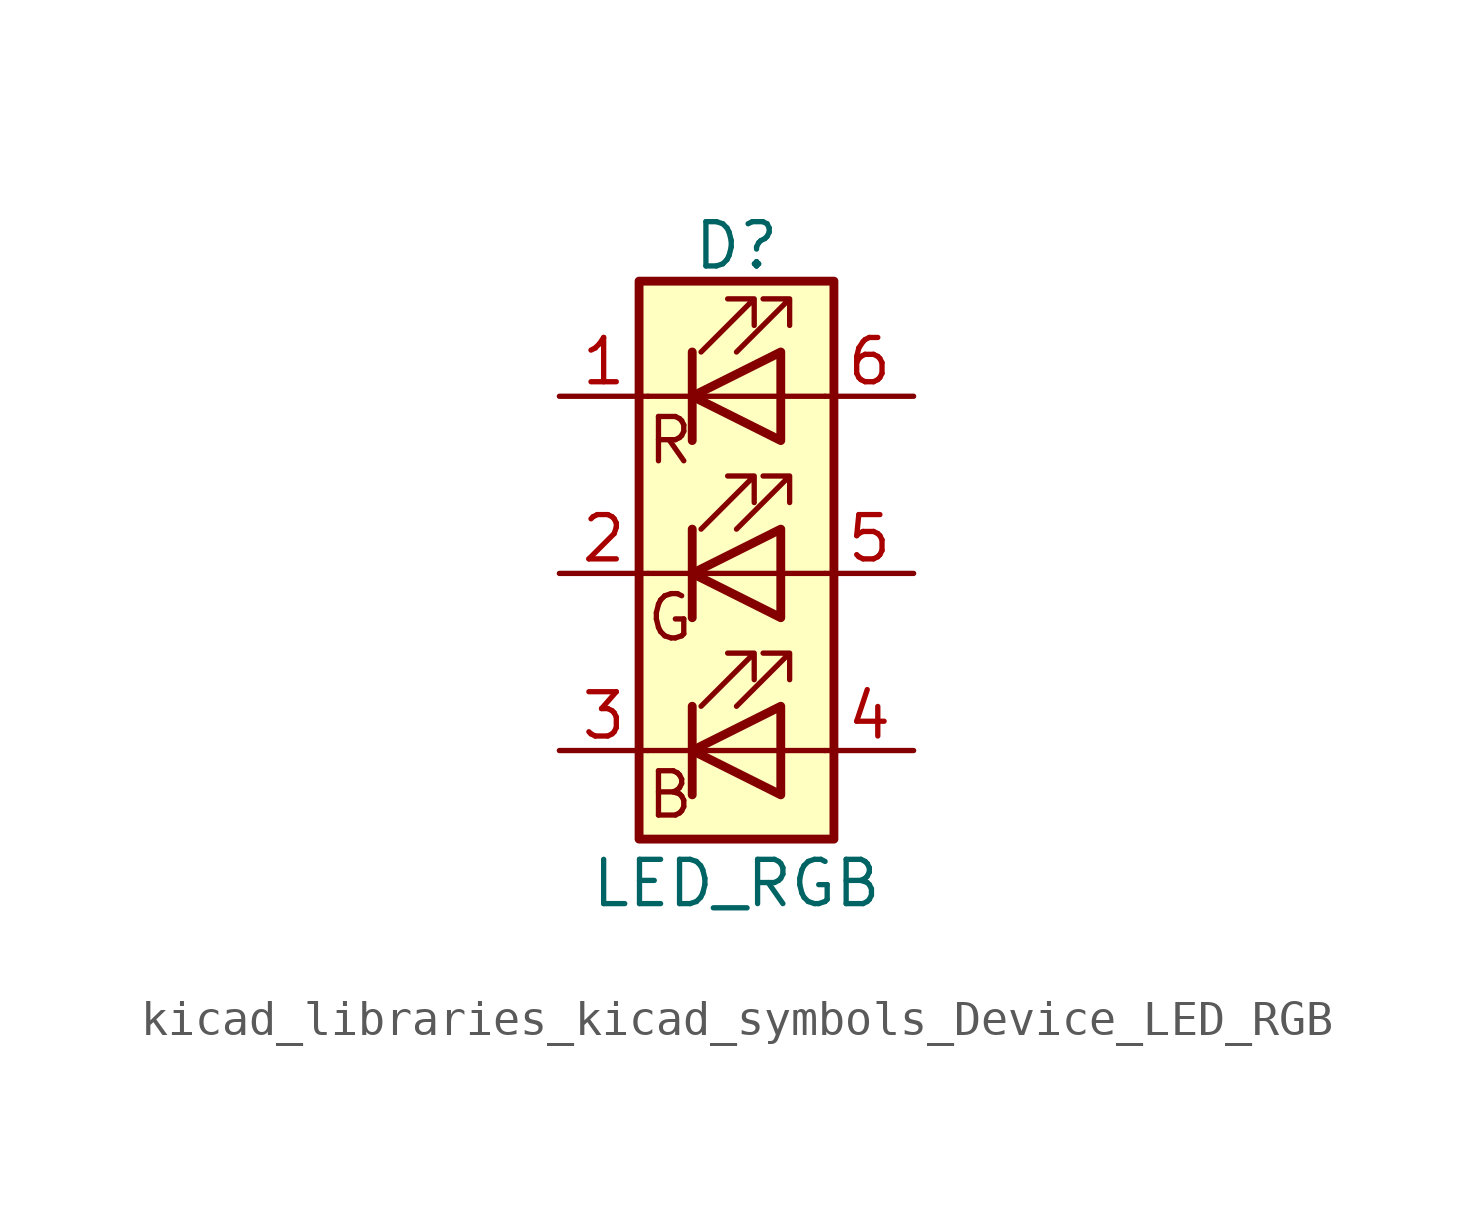
<source format=kicad_sym>
(kicad_symbol_lib
  (version 20220914)
  (generator kicad_symbol_editor)
  (symbol "kicad_libraries_kicad_symbols_Device_LED_RGB"
    (pin_names
      (offset 0) hide)
    (property "Reference" "D"
      (at 0 9.398 0)
      (effects (font (size 1.27 1.27))))
    (property "Value" "LED_RGB"
      (at 0 -8.89 0)
      (effects (font (size 1.27 1.27))))
    (symbol "kicad_libraries_kicad_symbols_Device_LED_RGB_0_0"
      (text "B" (at -1.905 -6.35 0) (effects (font (size 1.27 1.27))))
      (text "G" (at -1.905 -1.27 0) (effects (font (size 1.27 1.27))))
      (text "R" (at -1.905 3.81 0) (effects (font (size 1.27 1.27)))))
    (symbol "kicad_libraries_kicad_symbols_Device_LED_RGB_0_1"
      (polyline (pts (xy -1.27 -5.08) (xy -2.54 -5.08)) (stroke (width 0) (type default)) (fill (type none)))
      (polyline (pts (xy -1.27 -5.08) (xy 1.27 -5.08)) (stroke (width 0) (type default)) (fill (type none)))
      (polyline (pts (xy -1.27 -3.81) (xy -1.27 -6.35)) (stroke (width 0.254) (type default)) (fill (type none)))
      (polyline (pts (xy -1.27 0) (xy -2.54 0)) (stroke (width 0) (type default)) (fill (type none)))
      (polyline (pts (xy -1.27 1.27) (xy -1.27 -1.27)) (stroke (width 0.254) (type default)) (fill (type none)))
      (polyline (pts (xy -1.27 5.08) (xy -2.54 5.08)) (stroke (width 0) (type default)) (fill (type none)))
      (polyline (pts (xy -1.27 5.08) (xy 1.27 5.08)) (stroke (width 0) (type default)) (fill (type none)))
      (polyline (pts (xy -1.27 6.35) (xy -1.27 3.81)) (stroke (width 0.254) (type default)) (fill (type none)))
      (polyline (pts (xy 1.27 -5.08) (xy 2.54 -5.08)) (stroke (width 0) (type default)) (fill (type none)))
      (polyline (pts (xy 1.27 0) (xy -1.27 0)) (stroke (width 0) (type default)) (fill (type none)))
      (polyline (pts (xy 1.27 0) (xy 2.54 0)) (stroke (width 0) (type default)) (fill (type none)))
      (polyline (pts (xy 1.27 5.08) (xy 2.54 5.08)) (stroke (width 0) (type default)) (fill (type none)))
      (polyline (pts (xy -1.27 1.27) (xy -1.27 -1.27) (xy -1.27 -1.27)) (stroke (width 0) (type default)) (fill (type none)))
      (polyline (pts (xy -1.27 6.35) (xy -1.27 3.81) (xy -1.27 3.81)) (stroke (width 0) (type default)) (fill (type none)))
      (polyline (pts (xy 1.27 -3.81) (xy 1.27 -6.35) (xy -1.27 -5.08) (xy 1.27 -3.81)) (stroke (width 0.254) (type default)) (fill (type none)))
      (polyline (pts (xy 1.27 1.27) (xy 1.27 -1.27) (xy -1.27 0) (xy 1.27 1.27)) (stroke (width 0.254) (type default)) (fill (type none)))
      (polyline (pts (xy 1.27 6.35) (xy 1.27 3.81) (xy -1.27 5.08) (xy 1.27 6.35)) (stroke (width 0.254) (type default)) (fill (type none)))
      (polyline (pts (xy -1.016 -3.81) (xy 0.508 -2.286) (xy -0.254 -2.286) (xy 0.508 -2.286) (xy 0.508 -3.048)) (stroke (width 0) (type default)) (fill (type none)))
      (polyline (pts (xy -1.016 1.27) (xy 0.508 2.794) (xy -0.254 2.794) (xy 0.508 2.794) (xy 0.508 2.032)) (stroke (width 0) (type default)) (fill (type none)))
      (polyline (pts (xy -1.016 6.35) (xy 0.508 7.874) (xy -0.254 7.874) (xy 0.508 7.874) (xy 0.508 7.112)) (stroke (width 0) (type default)) (fill (type none)))
      (polyline (pts (xy 0 -3.81) (xy 1.524 -2.286) (xy 0.762 -2.286) (xy 1.524 -2.286) (xy 1.524 -3.048)) (stroke (width 0) (type default)) (fill (type none)))
      (polyline (pts (xy 0 1.27) (xy 1.524 2.794) (xy 0.762 2.794) (xy 1.524 2.794) (xy 1.524 2.032)) (stroke (width 0) (type default)) (fill (type none)))
      (polyline (pts (xy 0 6.35) (xy 1.524 7.874) (xy 0.762 7.874) (xy 1.524 7.874) (xy 1.524 7.112)) (stroke (width 0) (type default)) (fill (type none)))
      (rectangle (start 1.27 -1.27) (end 1.27 1.27) (stroke (width 0) (type default)) (fill (type none)))
      (rectangle (start 1.27 1.27) (end 1.27 1.27) (stroke (width 0) (type default)) (fill (type none)))
      (rectangle (start 1.27 3.81) (end 1.27 6.35) (stroke (width 0) (type default)) (fill (type none)))
      (rectangle (start 1.27 6.35) (end 1.27 6.35) (stroke (width 0) (type default)) (fill (type none)))
      (rectangle (start 2.794 8.382) (end -2.794 -7.62) (stroke (width 0.254) (type default)) (fill (type background))))
    (symbol "kicad_libraries_kicad_symbols_Device_LED_RGB_1_1"
      (pin passive line (at -5.08 5.08 0) (length 2.54) (name "RK" (effects (font (size 1.27 1.27)))) (number "1" (effects (font (size 1.27 1.27)))))
      (pin passive line (at -5.08 0 0) (length 2.54) (name "GK" (effects (font (size 1.27 1.27)))) (number "2" (effects (font (size 1.27 1.27)))))
      (pin passive line (at -5.08 -5.08 0) (length 2.54) (name "BK" (effects (font (size 1.27 1.27)))) (number "3" (effects (font (size 1.27 1.27)))))
      (pin passive line (at 5.08 -5.08 180) (length 2.54) (name "BA" (effects (font (size 1.27 1.27)))) (number "4" (effects (font (size 1.27 1.27)))))
      (pin passive line (at 5.08 0 180) (length 2.54) (name "GA" (effects (font (size 1.27 1.27)))) (number "5" (effects (font (size 1.27 1.27)))))
      (pin passive line (at 5.08 5.08 180) (length 2.54) (name "RA" (effects (font (size 1.27 1.27)))) (number "6" (effects (font (size 1.27 1.27))))))))
</source>
